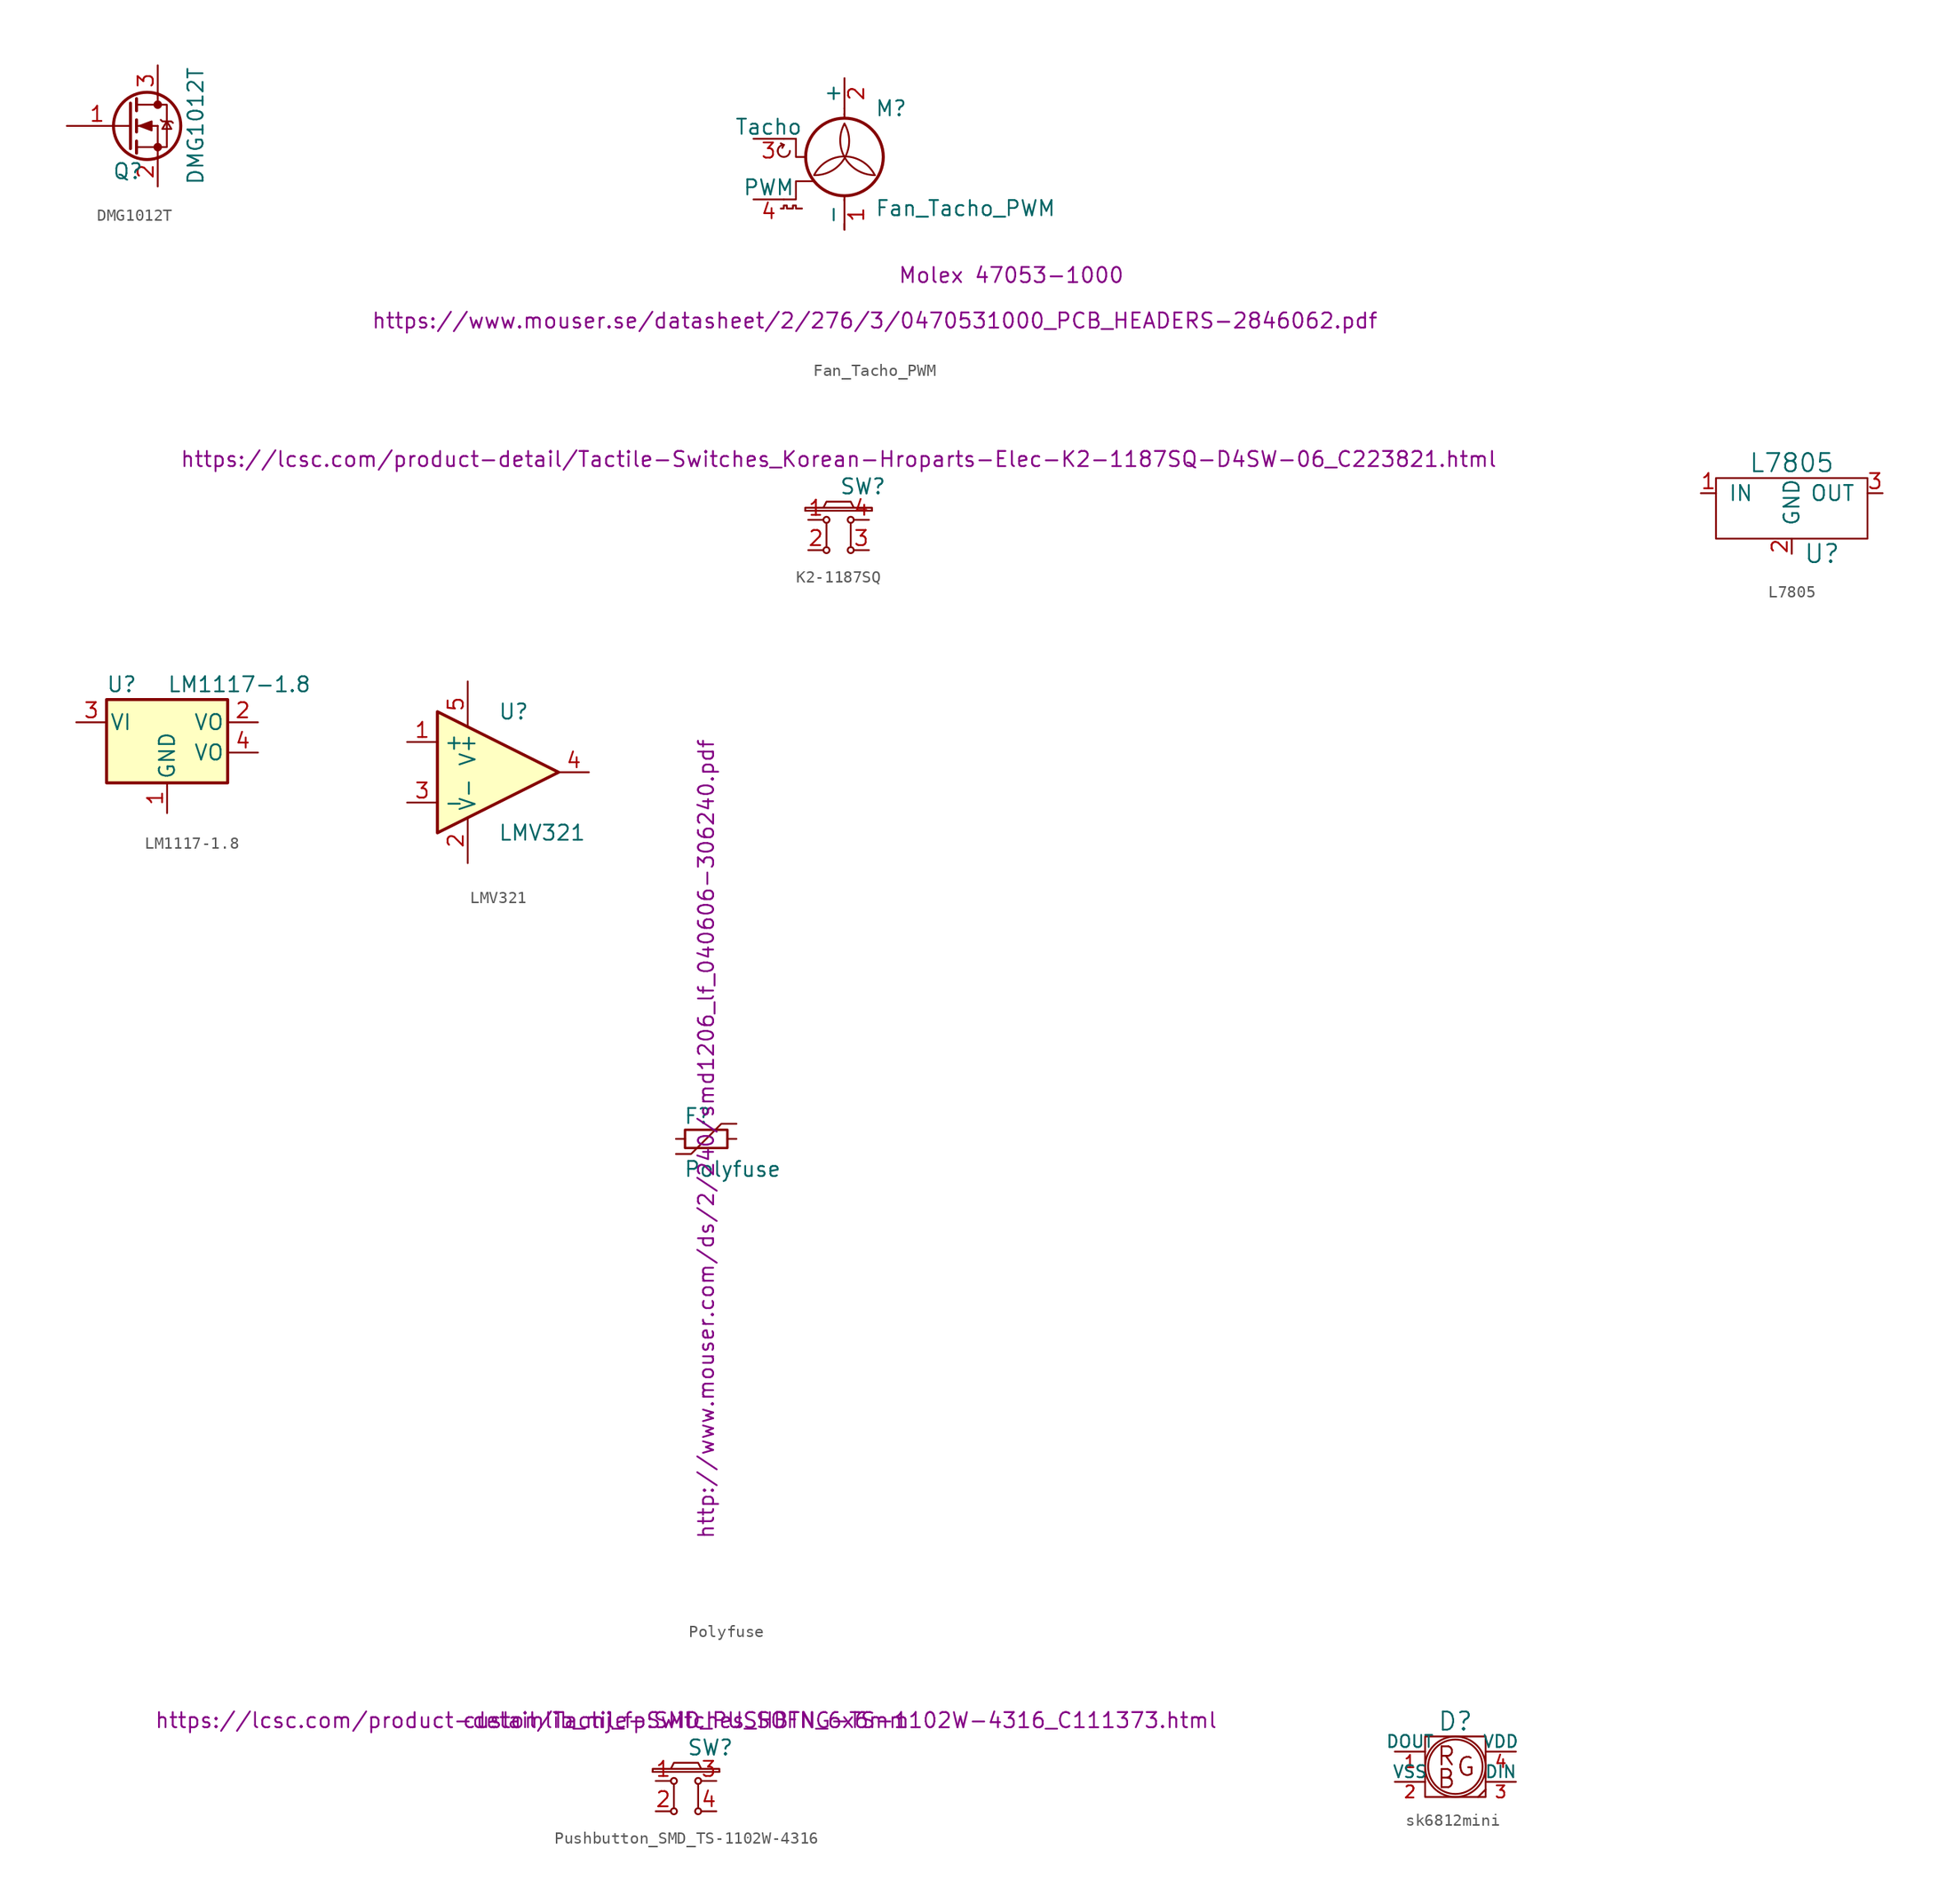
<source format=kicad_sym>
(kicad_symbol_lib
  (version 20211014)
  (generator kicad_symbol_editor)
  (symbol "DMG1012T"
    (pin_names
      (offset 0) hide)
    (property "Reference" "Q"
      (at -1.27 -3.81 0)
      (effects (font (size 1.27 1.27)) (justify left)))
    (property "Value" "DMG1012T"
      (at 5.715 0 90)
      (effects (font (size 1.27 1.27))))
    (symbol "DMG1012T_0_1"
      (polyline (pts (xy 0.051 0) (xy 0.254 0)) (stroke (width 0) (type default) (color 0 0 0 0)) (fill (type none)))
      (polyline (pts (xy 0.762 -1.778) (xy 2.54 -1.778)) (stroke (width 0) (type default) (color 0 0 0 0)) (fill (type none)))
      (polyline (pts (xy 0.762 -1.27) (xy 0.762 -2.286)) (stroke (width 0.254) (type default) (color 0 0 0 0)) (fill (type none)))
      (polyline (pts (xy 0.762 0) (xy 2.54 0)) (stroke (width 0) (type default) (color 0 0 0 0)) (fill (type none)))
      (polyline (pts (xy 0.762 0.508) (xy 0.762 -0.508)) (stroke (width 0.254) (type default) (color 0 0 0 0)) (fill (type none)))
      (polyline (pts (xy 0.762 1.778) (xy 2.54 1.778)) (stroke (width 0) (type default) (color 0 0 0 0)) (fill (type none)))
      (polyline (pts (xy 0.762 2.286) (xy 0.762 1.27)) (stroke (width 0.254) (type default) (color 0 0 0 0)) (fill (type none)))
      (polyline (pts (xy 2.54 -1.778) (xy 2.54 -2.54)) (stroke (width 0) (type default) (color 0 0 0 0)) (fill (type none)))
      (polyline (pts (xy 2.54 -1.778) (xy 2.54 0)) (stroke (width 0) (type default) (color 0 0 0 0)) (fill (type none)))
      (polyline (pts (xy 2.54 2.54) (xy 2.54 1.778)) (stroke (width 0) (type default) (color 0 0 0 0)) (fill (type none)))
      (polyline (pts (xy 0.254 1.905) (xy 0.254 -1.905) (xy 0.254 -1.905)) (stroke (width 0.254) (type default) (color 0 0 0 0)) (fill (type none)))
      (polyline (pts (xy 1.016 0) (xy 2.032 0.381) (xy 2.032 -0.381) (xy 1.016 0)) (stroke (width 0) (type default) (color 0 0 0 0)) (fill (type outline)))
      (polyline (pts (xy 2.54 -1.778) (xy 3.302 -1.778) (xy 3.302 1.778) (xy 2.54 1.778)) (stroke (width 0) (type default) (color 0 0 0 0)) (fill (type none)))
      (polyline (pts (xy 2.794 0.508) (xy 2.921 0.381) (xy 3.683 0.381) (xy 3.81 0.254)) (stroke (width 0) (type default) (color 0 0 0 0)) (fill (type none)))
      (polyline (pts (xy 3.302 0.381) (xy 2.921 -0.254) (xy 3.683 -0.254) (xy 3.302 0.381)) (stroke (width 0) (type default) (color 0 0 0 0)) (fill (type none)))
      (circle (center 1.651 0) (radius 2.819) (stroke (width 0.254) (type default) (color 0 0 0 0)) (fill (type none)))
      (circle (center 2.54 -1.778) (radius 0.279) (stroke (width 0) (type default) (color 0 0 0 0)) (fill (type outline)))
      (circle (center 2.54 1.778) (radius 0.279) (stroke (width 0) (type default) (color 0 0 0 0)) (fill (type outline))))
    (symbol "DMG1012T_1_1"
      (pin input line (at -5.08 0 0) (length 5.08) (name "G" (effects (font (size 1.27 1.27)))) (number "1" (effects (font (size 1.27 1.27)))))
      (pin passive line (at 2.54 -5.08 90) (length 2.54) (name "S" (effects (font (size 1.27 1.27)))) (number "2" (effects (font (size 1.27 1.27)))))
      (pin passive line (at 2.54 5.08 270) (length 2.54) (name "D" (effects (font (size 1.27 1.27)))) (number "3" (effects (font (size 1.27 1.27)))))))
  (symbol "Fan_Tacho_PWM"
    (pin_names
      (offset 0))
    (property "Reference" "M"
      (at 2.54 5.08 0)
      (effects (font (size 1.27 1.27)) (justify left)))
    (property "Value" "Fan_Tacho_PWM"
      (at 2.54 -2.54 0)
      (effects (font (size 1.27 1.27)) (justify left top)))
    (property "Molex_part" "https://www.mouser.se/datasheet/2/276/3/0470531000_PCB_HEADERS-2846062.pdf"
      (at 2.54 -12.7 0)
      (effects (font (size 1.27 1.27))))
    (property "Mfg_pn" "Molex 47053-1000"
      (at 13.97 -8.89 0)
      (effects (font (size 1.27 1.27))))
    (symbol "Fan_Tacho_PWM_0_0"
      (arc (start -5.588 1.524) (mid -5.08 1.016) (end -4.572 1.524) (stroke (width 0) (type default) (color 0 0 0 0)) (fill (type none)))
      (arc (start -5.08 2.032) (mid -5.4392 1.8832) (end -5.588 1.524) (stroke (width 0) (type default) (color 0 0 0 0)) (fill (type none)))
      (polyline (pts (xy -5.08 2.032) (xy -5.334 2.159)) (stroke (width 0) (type default) (color 0 0 0 0)) (fill (type none)))
      (polyline (pts (xy -5.08 2.032) (xy -5.207 1.778)) (stroke (width 0) (type default) (color 0 0 0 0)) (fill (type none)))
      (polyline (pts (xy -4.064 2.54) (xy -4.064 1.016) (xy -3.302 1.016)) (stroke (width 0) (type default) (color 0 0 0 0)) (fill (type none))))
    (symbol "Fan_Tacho_PWM_0_1"
      (arc (start -2.54 -0.508) (mid -0.0014 0.9048) (end 0 3.81) (stroke (width 0) (type default) (color 0 0 0 0)) (fill (type none)))
      (polyline (pts (xy -4.064 2.54) (xy -5.08 2.54)) (stroke (width 0) (type default) (color 0 0 0 0)) (fill (type none)))
      (polyline (pts (xy 0 -5.08) (xy 0 -4.572)) (stroke (width 0) (type default) (color 0 0 0 0)) (fill (type none)))
      (polyline (pts (xy 0 -2.235) (xy 0 -2.642)) (stroke (width 0) (type default) (color 0 0 0 0)) (fill (type none)))
      (polyline (pts (xy 0 4.267) (xy 0 4.623)) (stroke (width 0) (type default) (color 0 0 0 0)) (fill (type none)))
      (polyline (pts (xy 0 4.572) (xy 0 5.08)) (stroke (width 0) (type default) (color 0 0 0 0)) (fill (type none)))
      (polyline (pts (xy -2.54 -1.016) (xy -4.064 -1.016) (xy -4.064 -2.54) (xy -5.08 -2.54)) (stroke (width 0) (type default) (color 0 0 0 0)) (fill (type none)))
      (polyline (pts (xy -5.334 -3.302) (xy -5.08 -3.302) (xy -5.08 -3.048) (xy -4.826 -3.048) (xy -4.826 -3.302) (xy -4.318 -3.302) (xy -4.318 -3.048) (xy -4.064 -3.048) (xy -4.064 -3.302) (xy -3.556 -3.302)) (stroke (width 0) (type default) (color 0 0 0 0)) (fill (type none)))
      (circle (center 0 1.016) (radius 3.251) (stroke (width 0.254) (type default) (color 0 0 0 0)) (fill (type none)))
      (arc (start 0 3.81) (mid 0.0468 0.9315) (end 2.54 -0.508) (stroke (width 0) (type default) (color 0 0 0 0)) (fill (type none)))
      (arc (start 2.54 -0.508) (mid 0 1.0618) (end -2.54 -0.508) (stroke (width 0) (type default) (color 0 0 0 0)) (fill (type none))))
    (symbol "Fan_Tacho_PWM_1_1"
      (pin passive line (at 0 -5.08 90) (length 2.54) (name "-" (effects (font (size 1.27 1.27)))) (number "1" (effects (font (size 1.27 1.27)))))
      (pin passive line (at 0 7.62 270) (length 2.54) (name "+" (effects (font (size 1.27 1.27)))) (number "2" (effects (font (size 1.27 1.27)))))
      (pin passive line (at -7.62 2.54 0) (length 2.54) (name "Tacho" (effects (font (size 1.27 1.27)))) (number "3" (effects (font (size 1.27 1.27)))))
      (pin input line (at -7.62 -2.54 0) (length 2.54) (name "PWM" (effects (font (size 1.27 1.27)))) (number "4" (effects (font (size 1.27 1.27)))))))
  (symbol "K2-1187SQ"
    (pin_names
      (offset 1.016) hide)
    (property "Reference" "SW"
      (at 2.032 2.794 0)
      (effects (font (size 1.27 1.27))))
    (property "Footprint" ""
      (at 0 5.08 0)
      (effects (font (size 1.27 1.27))))
    (property "Datasheet" "https://lcsc.com/product-detail/Tactile-Switches_Korean-Hroparts-Elec-K2-1187SQ-D4SW-06_C223821.html"
      (at 0 5.08 0)
      (effects (font (size 1.27 1.27))))
    (symbol "K2-1187SQ_0_1"
      (circle (center -1.016 -2.54) (radius 0.254) (stroke (width 0) (type default) (color 0 0 0 0)) (fill (type none)))
      (circle (center -1.016 0) (radius 0.254) (stroke (width 0) (type default) (color 0 0 0 0)) (fill (type none)))
      (polyline (pts (xy -2.794 0.762) (xy 2.794 0.762)) (stroke (width 0) (type default) (color 0 0 0 0)) (fill (type none)))
      (polyline (pts (xy -1.016 -0.254) (xy -1.016 -2.286)) (stroke (width 0) (type default) (color 0 0 0 0)) (fill (type none)))
      (polyline (pts (xy 1.016 -0.254) (xy 1.016 -2.286)) (stroke (width 0) (type default) (color 0 0 0 0)) (fill (type none)))
      (polyline (pts (xy -2.794 0.762) (xy -2.794 1.016) (xy 2.794 1.016) (xy 2.794 0.762)) (stroke (width 0) (type default) (color 0 0 0 0)) (fill (type none)))
      (polyline (pts (xy -1.27 1.016) (xy -1.016 1.524) (xy 1.016 1.524) (xy 1.27 1.016)) (stroke (width 0) (type default) (color 0 0 0 0)) (fill (type none)))
      (circle (center 1.016 -2.54) (radius 0.254) (stroke (width 0) (type default) (color 0 0 0 0)) (fill (type none)))
      (circle (center 1.016 0) (radius 0.254) (stroke (width 0) (type default) (color 0 0 0 0)) (fill (type none)))
      (pin passive line (at -2.54 0 0) (length 1.27) (name "1" (effects (font (size 1.27 1.27)))) (number "1" (effects (font (size 1.27 1.27)))))
      (pin passive line (at -2.54 -2.54 0) (length 1.27) (name "2" (effects (font (size 1.27 1.27)))) (number "2" (effects (font (size 1.27 1.27)))))
      (pin passive line (at 2.54 -2.54 180) (length 1.27) (name "3" (effects (font (size 1.27 1.27)))) (number "3" (effects (font (size 1.27 1.27)))))
      (pin passive line (at 2.54 0 180) (length 1.27) (name "4" (effects (font (size 1.27 1.27)))) (number "4" (effects (font (size 1.27 1.27)))))))
  (symbol "L7805"
    (pin_names
      (offset 1.016))
    (property "Reference" "U"
      (at 2.54 -5.08 0)
      (effects (font (size 1.524 1.524))))
    (property "Value" "L7805"
      (at 0 2.54 0)
      (effects (font (size 1.524 1.524))))
    (symbol "L7805_0_0"
      (rectangle (start -6.35 1.27) (end 6.35 -3.81) (stroke (width 0) (type default) (color 0 0 0 0)) (fill (type none))))
    (symbol "L7805_0_1"
      (pin power_in line (at -7.62 0 0) (length 1.27) (name "IN" (effects (font (size 1.27 1.27)))) (number "1" (effects (font (size 1.27 1.27)))))
      (pin power_in line (at 0 -5.08 90) (length 1.27) (name "GND" (effects (font (size 1.27 1.27)))) (number "2" (effects (font (size 1.27 1.27)))))
      (pin power_out line (at 7.62 0 180) (length 1.27) (name "OUT" (effects (font (size 1.27 1.27)))) (number "3" (effects (font (size 1.27 1.27)))))))
  (symbol "LM1117-1.8"
    (pin_names
      (offset 0.254))
    (property "Reference" "U"
      (at -3.81 3.175 0)
      (effects (font (size 1.27 1.27))))
    (property "Value" "LM1117-1.8"
      (at 0 3.175 0)
      (effects (font (size 1.27 1.27)) (justify left)))
    (symbol "LM1117-1.8_0_1"
      (rectangle (start -5.08 -5.08) (end 5.08 1.905) (stroke (width 0.254) (type default) (color 0 0 0 0)) (fill (type background))))
    (symbol "LM1117-1.8_1_1"
      (pin power_in line (at 0 -7.62 90) (length 2.54) (name "GND" (effects (font (size 1.27 1.27)))) (number "1" (effects (font (size 1.27 1.27)))))
      (pin power_out line (at 7.62 0 180) (length 2.54) (name "VO" (effects (font (size 1.27 1.27)))) (number "2" (effects (font (size 1.27 1.27)))))
      (pin power_in line (at -7.62 0 0) (length 2.54) (name "VI" (effects (font (size 1.27 1.27)))) (number "3" (effects (font (size 1.27 1.27)))))
      (pin power_out line (at 7.62 -2.54 180) (length 2.54) (name "VO" (effects (font (size 1.27 1.27)))) (number "4" (effects (font (size 1.27 1.27)))))))
  (symbol "LMV321"
    (property "Reference" "U"
      (at 0 5.08 0)
      (effects (font (size 1.27 1.27)) (justify left)))
    (property "Value" "LMV321"
      (at 0 -5.08 0)
      (effects (font (size 1.27 1.27)) (justify left)))
    (symbol "LMV321_0_1"
      (polyline (pts (xy -5.08 5.08) (xy 5.08 0) (xy -5.08 -5.08) (xy -5.08 5.08)) (stroke (width 0.254) (type default) (color 0 0 0 0)) (fill (type background)))
      (pin power_in line (at -2.54 -7.62 90) (length 3.81) (name "V-" (effects (font (size 1.27 1.27)))) (number "2" (effects (font (size 1.27 1.27)))))
      (pin power_in line (at -2.54 7.62 270) (length 3.81) (name "V+" (effects (font (size 1.27 1.27)))) (number "5" (effects (font (size 1.27 1.27))))))
    (symbol "LMV321_1_1"
      (pin input line (at -7.62 2.54 0) (length 2.54) (name "+" (effects (font (size 1.27 1.27)))) (number "1" (effects (font (size 1.27 1.27)))))
      (pin input line (at -7.62 -2.54 0) (length 2.54) (name "-" (effects (font (size 1.27 1.27)))) (number "3" (effects (font (size 1.27 1.27)))))
      (pin output line (at 7.62 0 180) (length 2.54) (name "~" (effects (font (size 1.27 1.27)))) (number "4" (effects (font (size 1.27 1.27)))))))
  (symbol "Polyfuse"
    (pin_numbers hide)
    (pin_names
      (offset 0.254) hide)
    (property "Reference" "F"
      (at -1.905 1.905 0)
      (effects (font (size 1.27 1.27)) (justify left)))
    (property "Value" "Polyfuse"
      (at -1.905 -2.54 0)
      (effects (font (size 1.27 1.27)) (justify left)))
    (property "Footprint" ""
      (at 0 0 90)
      (effects (font (size 1.27 1.27))))
    (property "Datasheet" "http://www.mouser.com/ds/2/240/smd1206_lf_040606-306240.pdf"
      (at 0 0 90)
      (effects (font (size 1.27 1.27))))
    (symbol "Polyfuse_0_1"
      (rectangle (start -1.778 -0.762) (end 1.778 0.762) (stroke (width 0.203) (type default) (color 0 0 0 0)) (fill (type none)))
      (polyline (pts (xy -2.54 -1.27) (xy -1.27 -1.27) (xy 1.27 1.27) (xy 2.54 1.27)) (stroke (width 0) (type default) (color 0 0 0 0)) (fill (type none))))
    (symbol "Polyfuse_1_1"
      (pin passive line (at -2.54 0 0) (length 0.762) (name "~" (effects (font (size 1.016 1.016)))) (number "1" (effects (font (size 1.016 1.016)))))
      (pin passive line (at 2.54 0 180) (length 0.762) (name "~" (effects (font (size 1.016 1.016)))) (number "2" (effects (font (size 1.016 1.016)))))))
  (symbol "Pushbutton_SMD_TS-1102W-4316"
    (pin_names
      (offset 1.016) hide)
    (property "Reference" "SW"
      (at 2.032 2.794 0)
      (effects (font (size 1.27 1.27))))
    (property "Footprint" "customlib_mj_fp:SMD_PUSHBTN_6x6mm"
      (at 0 5.08 0)
      (effects (font (size 1.27 1.27))))
    (property "Datasheet" "https://lcsc.com/product-detail/Tactile-Switches_SOFNG-TS-1102W-4316_C111373.html"
      (at 0 5.08 0)
      (effects (font (size 1.27 1.27))))
    (symbol "Pushbutton_SMD_TS-1102W-4316_0_1"
      (circle (center -1.016 -2.54) (radius 0.254) (stroke (width 0) (type default) (color 0 0 0 0)) (fill (type none)))
      (circle (center -1.016 0) (radius 0.254) (stroke (width 0) (type default) (color 0 0 0 0)) (fill (type none)))
      (polyline (pts (xy -2.794 0.762) (xy 2.794 0.762)) (stroke (width 0) (type default) (color 0 0 0 0)) (fill (type none)))
      (polyline (pts (xy -1.016 -0.254) (xy -1.016 -2.286)) (stroke (width 0) (type default) (color 0 0 0 0)) (fill (type none)))
      (polyline (pts (xy 1.016 -0.254) (xy 1.016 -2.286)) (stroke (width 0) (type default) (color 0 0 0 0)) (fill (type none)))
      (polyline (pts (xy -2.794 0.762) (xy -2.794 1.016) (xy 2.794 1.016) (xy 2.794 0.762)) (stroke (width 0) (type default) (color 0 0 0 0)) (fill (type none)))
      (polyline (pts (xy -1.27 1.016) (xy -1.016 1.524) (xy 1.016 1.524) (xy 1.27 1.016)) (stroke (width 0) (type default) (color 0 0 0 0)) (fill (type none)))
      (circle (center 1.016 -2.54) (radius 0.254) (stroke (width 0) (type default) (color 0 0 0 0)) (fill (type none)))
      (circle (center 1.016 0) (radius 0.254) (stroke (width 0) (type default) (color 0 0 0 0)) (fill (type none)))
      (pin passive line (at -2.54 0 0) (length 1.27) (name "1" (effects (font (size 1.27 1.27)))) (number "1" (effects (font (size 1.27 1.27)))))
      (pin passive line (at -2.54 -2.54 0) (length 1.27) (name "2" (effects (font (size 1.27 1.27)))) (number "2" (effects (font (size 1.27 1.27)))))
      (pin passive line (at 2.54 0 180) (length 1.27) (name "3" (effects (font (size 1.27 1.27)))) (number "3" (effects (font (size 1.27 1.27)))))
      (pin passive line (at 2.54 -2.54 180) (length 1.27) (name "4" (effects (font (size 1.27 1.27)))) (number "4" (effects (font (size 1.27 1.27)))))))
  (symbol "sk6812mini"
    (pin_names
      (offset 0))
    (property "Reference" "D"
      (at 0 3.81 0)
      (effects (font (size 1.524 1.524))))
    (symbol "sk6812mini_0_0"
      (polyline (pts (xy 2.54 -1.905) (xy 1.905 -2.54)) (stroke (width 0) (type default) (color 0 0 0 0)) (fill (type none)))
      (text "B" (at -0.762 -1.016 0) (effects (font (size 1.524 1.524))))
      (text "G" (at 0.889 0 0) (effects (font (size 1.524 1.524))))
      (text "R" (at -0.762 0.889 0) (effects (font (size 1.524 1.524)))))
    (symbol "sk6812mini_0_1"
      (circle (center 0 0) (radius 2.286) (stroke (width 0) (type default) (color 0 0 0 0)) (fill (type none)))
      (circle (center 0 0) (radius 2.54) (stroke (width 0) (type default) (color 0 0 0 0)) (fill (type none)))
      (rectangle (start 2.54 -2.54) (end -2.54 2.54) (stroke (width 0) (type default) (color 0 0 0 0)) (fill (type none))))
    (symbol "sk6812mini_1_1"
      (pin output line (at -5.08 1.27 0) (length 2.54) (name "DOUT" (effects (font (size 1.016 1.016)))) (number "1" (effects (font (size 1.016 1.016)))))
      (pin power_in line (at -5.08 -1.27 0) (length 2.54) (name "VSS" (effects (font (size 1.016 1.016)))) (number "2" (effects (font (size 1.016 1.016)))))
      (pin input line (at 5.08 -1.27 180) (length 2.54) (name "DIN" (effects (font (size 1.016 1.016)))) (number "3" (effects (font (size 1.016 1.016)))))
      (pin power_in line (at 5.08 1.27 180) (length 2.54) (name "VDD" (effects (font (size 1.016 1.016)))) (number "4" (effects (font (size 1.016 1.016))))))))
</source>
